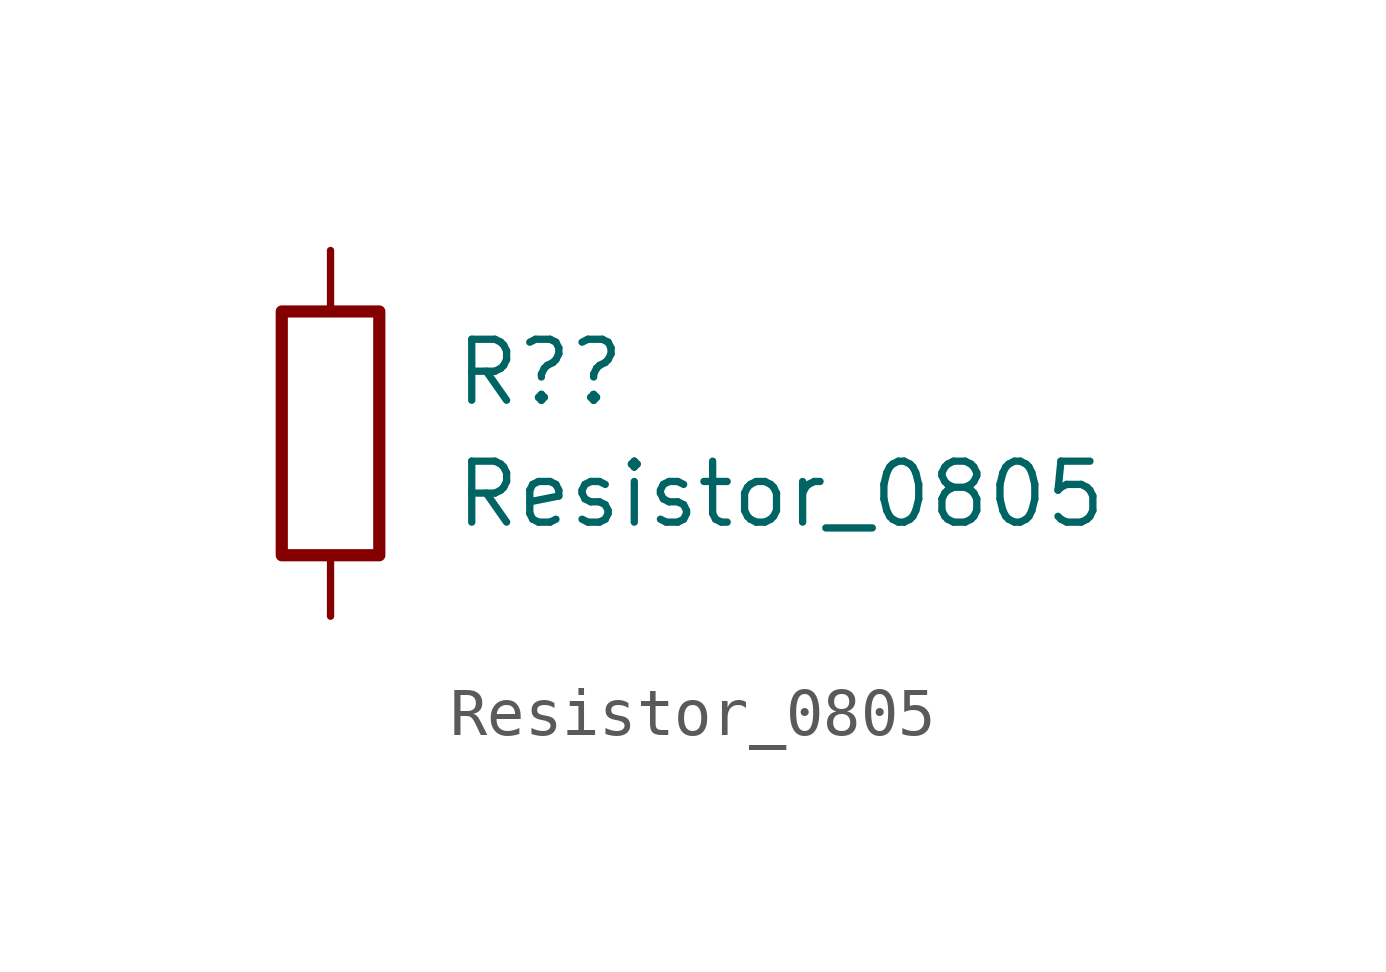
<source format=kicad_sym>
(kicad_symbol_lib
  (version 20211014)
  (generator kicad_symbol_editor)
  (symbol "Resistor_0805"
    (pin_numbers hide)
    (pin_names
      (offset 0))
    (property "Reference" "R?"
      (at 2.54 1.27 0)
      (effects (font (size 1.27 1.27)) (justify left)))
    (property "Value" "Resistor_0805"
      (at 2.54 -1.27 0)
      (effects (font (size 1.27 1.27)) (justify left)))
    (symbol "Resistor_0805_0_1"
      (rectangle (start -1.016 -2.54) (end 1.016 2.54) (stroke (width 0.254) (type default) (color 0 0 0 0)) (fill (type none))))
    (symbol "Resistor_0805_1_1"
      (pin passive line (at 0 3.81 270) (length 1.27) (name "~" (effects (font (size 1.27 1.27)))) (number "1" (effects (font (size 1.27 1.27)))))
      (pin passive line (at 0 -3.81 90) (length 1.27) (name "~" (effects (font (size 1.27 1.27)))) (number "2" (effects (font (size 1.27 1.27))))))))
</source>
